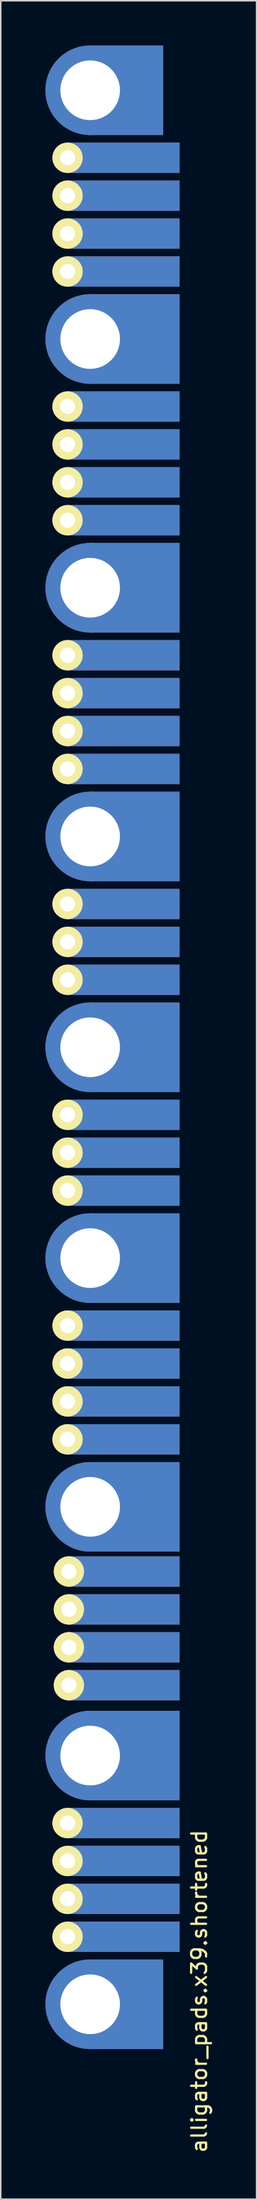
<source format=kicad_pcb>
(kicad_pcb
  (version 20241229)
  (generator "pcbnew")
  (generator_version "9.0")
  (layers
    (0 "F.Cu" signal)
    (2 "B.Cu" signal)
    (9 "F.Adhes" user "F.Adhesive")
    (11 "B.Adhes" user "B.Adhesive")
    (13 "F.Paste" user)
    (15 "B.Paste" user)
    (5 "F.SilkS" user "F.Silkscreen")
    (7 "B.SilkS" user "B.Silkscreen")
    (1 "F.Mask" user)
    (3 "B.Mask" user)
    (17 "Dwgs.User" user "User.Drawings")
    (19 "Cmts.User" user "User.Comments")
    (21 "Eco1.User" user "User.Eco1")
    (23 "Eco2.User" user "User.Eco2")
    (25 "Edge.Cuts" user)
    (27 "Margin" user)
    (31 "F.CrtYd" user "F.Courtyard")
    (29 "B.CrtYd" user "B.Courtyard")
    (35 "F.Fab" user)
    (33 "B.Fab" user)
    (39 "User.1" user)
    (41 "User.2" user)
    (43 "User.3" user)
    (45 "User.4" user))
  (footprint "alligator_pads.x39.shortened"
    (layer "F.Cu")
    (at 4.5 67.132)
    (property "Reference" "alligator_pads.x39.shortened" (at 5.822 63.26 90) (layer "F.SilkS") (effects (font (size 1 1) (thickness 0.15))))
    (attr through_hole)
    (pad "1" thru_hole circle (at -1.5 -64.132) (size 6 6) (drill 4) (layers "*.Cu" "*.Mask"))
    (pad "1" smd rect (at 0.9 -64.132) (size 5 6) (layers "F.Cu" "F.Mask" "F.Paste"))
    (pad "1" smd rect (at 0.9 -64.132) (size 5 6) (layers "B.Cu" "B.Mask" "B.Paste"))
    (pad "2" thru_hole circle (at -3.016 -59.608) (size 2.032 2.032) (drill 1.016) (layers "*.Cu" "*.Mask" "F.SilkS"))
    (pad "2" smd rect (at 0.742 -59.608) (size 7.516 2.032) (layers "F.Cu" "F.Mask" "F.Paste"))
    (pad "2" smd rect (at 0.742 -59.608) (size 7.516 2.032) (layers "B.Cu" "B.Mask" "B.Paste"))
    (pad "3" thru_hole circle (at -3.016 -57.068) (size 2.032 2.032) (drill 1.016) (layers "*.Cu" "*.Mask" "F.SilkS"))
    (pad "3" smd rect (at 0.742 -57.068) (size 7.516 2.032) (layers "F.Cu" "F.Mask" "F.Paste"))
    (pad "3" smd rect (at 0.742 -57.068) (size 7.516 2.032) (layers "B.Cu" "B.Mask" "B.Paste"))
    (pad "4" thru_hole circle (at -3.016 -54.528) (size 2.032 2.032) (drill 1.016) (layers "*.Cu" "*.Mask" "F.SilkS"))
    (pad "4" smd rect (at 0.742 -54.528) (size 7.516 2.032) (layers "F.Cu" "F.Mask" "F.Paste"))
    (pad "4" smd rect (at 0.742 -54.528) (size 7.516 2.032) (layers "B.Cu" "B.Mask" "B.Paste"))
    (pad "5" thru_hole circle (at -3.016 -51.988) (size 2.032 2.032) (drill 1.016) (layers "*.Cu" "*.Mask" "F.SilkS"))
    (pad "5" smd rect (at 0.742 -51.988) (size 7.516 2.032) (layers "F.Cu" "F.Mask" "F.Paste"))
    (pad "5" smd rect (at 0.742 -51.988) (size 7.516 2.032) (layers "*.Paste" "B.Cu" "B.Mask"))
    (pad "6" thru_hole circle (at -1.5 -47.464) (size 6 6) (drill 4) (layers "*.Cu" "*.Mask"))
    (pad "6" smd rect (at 1.5 -47.464) (size 6 6) (layers "F.Cu" "F.Mask" "F.Paste"))
    (pad "6" smd rect (at 1.5 -47.464) (size 6 6) (layers "B.Cu" "B.Mask" "B.Paste"))
    (pad "7" thru_hole circle (at -3.016 -42.94) (size 2.032 2.032) (drill 1.016) (layers "*.Cu" "*.Mask" "F.SilkS"))
    (pad "7" smd rect (at 0.742 -42.94) (size 7.516 2.032) (layers "F.Cu" "F.Mask" "F.Paste"))
    (pad "7" smd rect (at 0.742 -42.94) (size 7.516 2.032) (layers "B.Cu" "B.Mask" "B.Paste"))
    (pad "8" thru_hole circle (at -3.016 -40.4) (size 2.032 2.032) (drill 1.016) (layers "*.Cu" "*.Mask" "F.SilkS"))
    (pad "8" smd rect (at 0.742 -40.4) (size 7.516 2.032) (layers "F.Cu" "F.Mask" "F.Paste"))
    (pad "8" smd rect (at 0.742 -40.4) (size 7.516 2.032) (layers "B.Cu" "B.Mask" "B.Paste"))
    (pad "9" thru_hole circle (at -3.016 -37.86) (size 2.032 2.032) (drill 1.016) (layers "*.Cu" "*.Mask" "F.SilkS"))
    (pad "9" smd rect (at 0.742 -37.86) (size 7.516 2.032) (layers "F.Cu" "F.Mask" "F.Paste"))
    (pad "9" smd rect (at 0.742 -37.86) (size 7.516 2.032) (layers "B.Cu" "B.Mask" "B.Paste"))
    (pad "10" thru_hole circle (at -3.016 -35.32) (size 2.032 2.032) (drill 1.016) (layers "*.Cu" "*.Mask" "F.SilkS"))
    (pad "10" smd rect (at 0.742 -35.32) (size 7.516 2.032) (layers "F.Cu" "F.Mask" "F.Paste"))
    (pad "10" smd rect (at 0.742 -35.32) (size 7.516 2.032) (layers "B.Cu" "B.Mask" "B.Paste"))
    (pad "11" thru_hole circle (at -1.5 -30.796) (size 6 6) (drill 4) (layers "*.Cu" "*.Mask"))
    (pad "11" smd rect (at 1.5 -30.796) (size 6 6) (layers "F.Cu" "F.Mask" "F.Paste"))
    (pad "11" smd rect (at 1.5 -30.796) (size 6 6) (layers "B.Cu" "B.Mask" "B.Paste"))
    (pad "12" thru_hole circle (at -3.016 -26.272) (size 2.032 2.032) (drill 1.016) (layers "*.Cu" "*.Mask" "F.SilkS"))
    (pad "12" smd rect (at 0.742 -26.272) (size 7.516 2.032) (layers "F.Cu" "F.Mask" "F.Paste"))
    (pad "12" smd rect (at 0.742 -26.272) (size 7.516 2.032) (layers "B.Cu" "B.Mask" "B.Paste"))
    (pad "13" thru_hole circle (at -3.016 -23.732) (size 2.032 2.032) (drill 1.016) (layers "*.Cu" "*.Mask" "F.SilkS"))
    (pad "13" smd rect (at 0.742 -23.732) (size 7.516 2.032) (layers "F.Cu" "F.Mask" "F.Paste"))
    (pad "13" smd rect (at 0.742 -23.732) (size 7.516 2.032) (layers "B.Cu" "B.Mask" "B.Paste"))
    (pad "14" thru_hole circle (at -3.016 -21.192) (size 2.032 2.032) (drill 1.016) (layers "*.Cu" "*.Mask" "F.SilkS"))
    (pad "14" smd rect (at 0.742 -21.192) (size 7.516 2.032) (layers "F.Cu" "F.Mask" "F.Paste"))
    (pad "14" smd rect (at 0.742 -21.192) (size 7.516 2.032) (layers "B.Cu" "B.Mask" "B.Paste"))
    (pad "15" thru_hole circle (at -3.016 -18.652) (size 2.032 2.032) (drill 1.016) (layers "*.Cu" "*.Mask" "F.SilkS"))
    (pad "15" smd rect (at 0.742 -18.652) (size 7.516 2.032) (layers "F.Cu" "F.Mask" "F.Paste"))
    (pad "15" smd rect (at 0.742 -18.652) (size 7.516 2.032) (layers "B.Cu" "B.Mask" "B.Paste"))
    (pad "16" thru_hole circle (at -1.5 -14.128) (size 6 6) (drill 4) (layers "*.Cu" "*.Mask"))
    (pad "16" smd rect (at 1.5 -14.128) (size 6 6) (layers "F.Cu" "F.Mask" "F.Paste"))
    (pad "16" smd rect (at 1.5 -14.128) (size 6 6) (layers "B.Cu" "B.Mask" "B.Paste"))
    (pad "17" thru_hole circle (at -3.016 -9.604) (size 2.032 2.032) (drill 1.016) (layers "*.Cu" "*.Mask" "F.SilkS"))
    (pad "17" smd rect (at 0.742 -9.604) (size 7.516 2.032) (layers "F.Cu" "F.Mask" "F.Paste"))
    (pad "17" smd rect (at 0.742 -9.604) (size 7.516 2.032) (layers "B.Cu" "B.Mask" "B.Paste"))
    (pad "18" thru_hole circle (at -3.016 -7.064) (size 2.032 2.032) (drill 1.016) (layers "*.Cu" "*.Mask" "F.SilkS"))
    (pad "18" smd rect (at 0.742 -7.064) (size 7.516 2.032) (layers "F.Cu" "F.Mask" "F.Paste"))
    (pad "18" smd rect (at 0.742 -7.064) (size 7.516 2.032) (layers "B.Cu" "B.Mask" "B.Paste"))
    (pad "19" thru_hole circle (at -3.016 -4.524) (size 2.032 2.032) (drill 1.016) (layers "*.Cu" "*.Mask" "F.SilkS"))
    (pad "19" smd rect (at 0.742 -4.524) (size 7.516 2.032) (layers "F.Cu" "F.Mask" "F.Paste"))
    (pad "19" smd rect (at 0.742 -4.524) (size 7.516 2.032) (layers "B.Cu" "B.Mask" "B.Paste"))
    (pad "20" thru_hole circle (at -1.5 0) (size 6 6) (drill 4) (layers "*.Cu" "*.Mask"))
    (pad "20" smd rect (at 1.5 0) (size 6 6) (layers "F.Cu" "F.Mask" "F.Paste"))
    (pad "20" smd rect (at 1.5 0) (size 6 6) (layers "B.Cu" "B.Mask" "B.Paste"))
    (pad "21" thru_hole circle (at -3.016 4.524) (size 2.032 2.032) (drill 1.016) (layers "*.Cu" "*.Mask" "F.SilkS"))
    (pad "21" smd rect (at 0.742 4.524) (size 7.516 2.032) (layers "F.Cu" "F.Mask" "F.Paste"))
    (pad "21" smd rect (at 0.742 4.524) (size 7.516 2.032) (layers "B.Cu" "B.Mask" "B.Paste"))
    (pad "22" thru_hole circle (at -3.016 7.064) (size 2.032 2.032) (drill 1.016) (layers "*.Cu" "*.Mask" "F.SilkS"))
    (pad "22" smd rect (at 0.742 7.064) (size 7.516 2.032) (layers "F.Cu" "F.Mask" "F.Paste"))
    (pad "22" smd rect (at 0.742 7.064) (size 7.516 2.032) (layers "B.Cu" "B.Mask" "B.Paste"))
    (pad "23" thru_hole circle (at -3.016 9.604) (size 2.032 2.032) (drill 1.016) (layers "*.Cu" "*.Mask" "F.SilkS"))
    (pad "23" smd rect (at 0.742 9.604) (size 7.516 2.032) (layers "F.Cu" "F.Mask" "F.Paste"))
    (pad "23" smd rect (at 0.742 9.604) (size 7.516 2.032) (layers "B.Cu" "B.Mask" "B.Paste"))
    (pad "24" thru_hole circle (at -1.5 14.128) (size 6 6) (drill 4) (layers "*.Cu" "*.Mask"))
    (pad "24" smd rect (at 1.5 14.128) (size 6 6) (layers "F.Cu" "F.Mask" "F.Paste"))
    (pad "24" smd rect (at 1.5 14.128) (size 6 6) (layers "B.Cu" "B.Mask" "B.Paste"))
    (pad "25" thru_hole circle (at -3.016 18.652) (size 2.032 2.032) (drill 1.016) (layers "*.Cu" "*.Mask" "F.SilkS"))
    (pad "25" smd rect (at 0.742 18.652) (size 7.516 2.032) (layers "F.Cu" "F.Mask" "F.Paste"))
    (pad "25" smd rect (at 0.742 18.652) (size 7.516 2.032) (layers "B.Cu" "B.Mask" "B.Paste"))
    (pad "26" thru_hole circle (at -3.016 21.192) (size 2.032 2.032) (drill 1.016) (layers "*.Cu" "*.Mask" "F.SilkS"))
    (pad "26" smd rect (at 0.742 21.192) (size 7.516 2.032) (layers "F.Cu" "F.Mask" "F.Paste"))
    (pad "26" smd rect (at 0.742 21.192) (size 7.516 2.032) (layers "B.Cu" "B.Mask" "B.Paste"))
    (pad "27" thru_hole circle (at -3.016 23.732) (size 2.032 2.032) (drill 1.016) (layers "*.Cu" "*.Mask" "F.SilkS"))
    (pad "27" smd rect (at 0.742 23.732) (size 7.516 2.032) (layers "F.Cu" "F.Mask" "F.Paste"))
    (pad "27" smd rect (at 0.742 23.732) (size 7.516 2.032) (layers "B.Cu" "B.Mask" "B.Paste"))
    (pad "28" thru_hole circle (at -3.016 26.272) (size 2.032 2.032) (drill 1.016) (layers "*.Cu" "*.Mask" "F.SilkS"))
    (pad "28" smd rect (at 0.742 26.272) (size 7.516 2.032) (layers "F.Cu" "F.Mask" "F.Paste"))
    (pad "28" smd rect (at 0.742 26.272) (size 7.516 2.032) (layers "B.Cu" "B.Mask" "B.Paste"))
    (pad "29" thru_hole circle (at -1.5 30.796) (size 6 6) (drill 4) (layers "*.Cu" "*.Mask"))
    (pad "29" smd rect (at 1.5 30.796) (size 6 6) (layers "F.Cu" "F.Mask" "F.Paste"))
    (pad "29" smd rect (at 1.5 30.796) (size 6 6) (layers "B.Cu" "B.Mask" "B.Paste"))
    (pad "30" thru_hole circle (at -2.926 35.13) (size 2.032 2.032) (drill 1.016) (layers "*.Cu" "*.Mask" "F.SilkS"))
    (pad "30" smd rect (at 0.742 35.13) (size 7.516 2.032) (layers "F.Cu" "F.Mask" "F.Paste"))
    (pad "30" smd rect (at 0.742 35.13) (size 7.516 2.032) (layers "B.Cu" "B.Mask" "B.Paste"))
    (pad "31" thru_hole circle (at -2.926 37.67) (size 2.032 2.032) (drill 1.016) (layers "*.Cu" "*.Mask" "F.SilkS"))
    (pad "31" smd rect (at 0.742 37.67) (size 7.516 2.032) (layers "F.Cu" "F.Mask" "F.Paste"))
    (pad "31" smd rect (at 0.742 37.67) (size 7.516 2.032) (layers "B.Cu" "B.Mask" "B.Paste"))
    (pad "32" thru_hole circle (at -2.926 40.21) (size 2.032 2.032) (drill 1.016) (layers "*.Cu" "*.Mask" "F.SilkS"))
    (pad "32" smd rect (at 0.742 40.21) (size 7.516 2.032) (layers "F.Cu" "F.Mask" "F.Paste"))
    (pad "32" smd rect (at 0.742 40.21) (size 7.516 2.032) (layers "B.Cu" "B.Mask" "B.Paste"))
    (pad "33" thru_hole circle (at -2.926 42.75) (size 2.032 2.032) (drill 1.016) (layers "*.Cu" "*.Mask" "F.SilkS"))
    (pad "33" smd rect (at 0.742 42.75) (size 7.516 2.032) (layers "F.Cu" "F.Mask" "F.Paste"))
    (pad "33" smd rect (at 0.742 42.75) (size 7.516 2.032) (layers "B.Cu" "B.Mask" "B.Paste"))
    (pad "34" thru_hole circle (at -1.5 47.464) (size 6 6) (drill 4) (layers "*.Cu" "*.Mask"))
    (pad "34" smd rect (at 1.5 47.464) (size 6 6) (layers "F.Cu" "F.Mask" "F.Paste"))
    (pad "34" smd rect (at 1.5 47.464) (size 6 6) (layers "B.Cu" "B.Mask" "B.Paste"))
    (pad "35" thru_hole circle (at -3.016 51.988) (size 2.032 2.032) (drill 1.016) (layers "*.Cu" "*.Mask" "F.SilkS"))
    (pad "35" smd rect (at 0.742 51.988) (size 7.516 2.032) (layers "F.Cu" "F.Mask" "F.Paste"))
    (pad "35" smd rect (at 0.742 51.988) (size 7.516 2.032) (layers "B.Cu" "B.Mask" "B.Paste"))
    (pad "36" thru_hole circle (at -3.016 54.528) (size 2.032 2.032) (drill 1.016) (layers "*.Cu" "*.Mask" "F.SilkS"))
    (pad "36" smd rect (at 0.742 54.528) (size 7.516 2.032) (layers "F.Cu" "F.Mask" "F.Paste"))
    (pad "36" smd rect (at 0.742 54.528) (size 7.516 2.032) (layers "*.Paste" "B.Cu" "B.Mask"))
    (pad "37" thru_hole circle (at -3.016 57.068) (size 2.032 2.032) (drill 1.016) (layers "*.Cu" "*.Mask" "F.SilkS"))
    (pad "37" smd rect (at 0.742 57.068) (size 7.516 2.032) (layers "F.Cu" "F.Mask" "F.Paste"))
    (pad "37" smd rect (at 0.742 57.068) (size 7.516 2.032) (layers "B.Cu" "B.Mask" "B.Paste"))
    (pad "38" thru_hole circle (at -3.016 59.608) (size 2.032 2.032) (drill 1.016) (layers "*.Cu" "*.Mask" "F.SilkS"))
    (pad "38" smd rect (at 0.742 59.608) (size 7.516 2.032) (layers "F.Cu" "F.Mask" "F.Paste"))
    (pad "38" smd rect (at 0.742 59.608) (size 7.516 2.032) (layers "B.Cu" "B.Mask" "B.Paste"))
    (pad "39" thru_hole circle (at -1.5 64.132) (size 6 6) (drill 4) (layers "*.Cu" "*.Mask"))
    (pad "39" smd rect (at 0.9 64.132) (size 5 6) (layers "F.Cu" "F.Mask" "F.Paste"))
    (pad "39" smd rect (at 0.9 64.132) (size 5 6) (layers "B.Cu" "B.Mask" "B.Paste")))
  (gr_rect
    (start -3 -3)
    (end 14.17 144.327)
    (stroke (width 0.1) (type default))
    (fill no)
    (layer "Edge.Cuts")))
</source>
